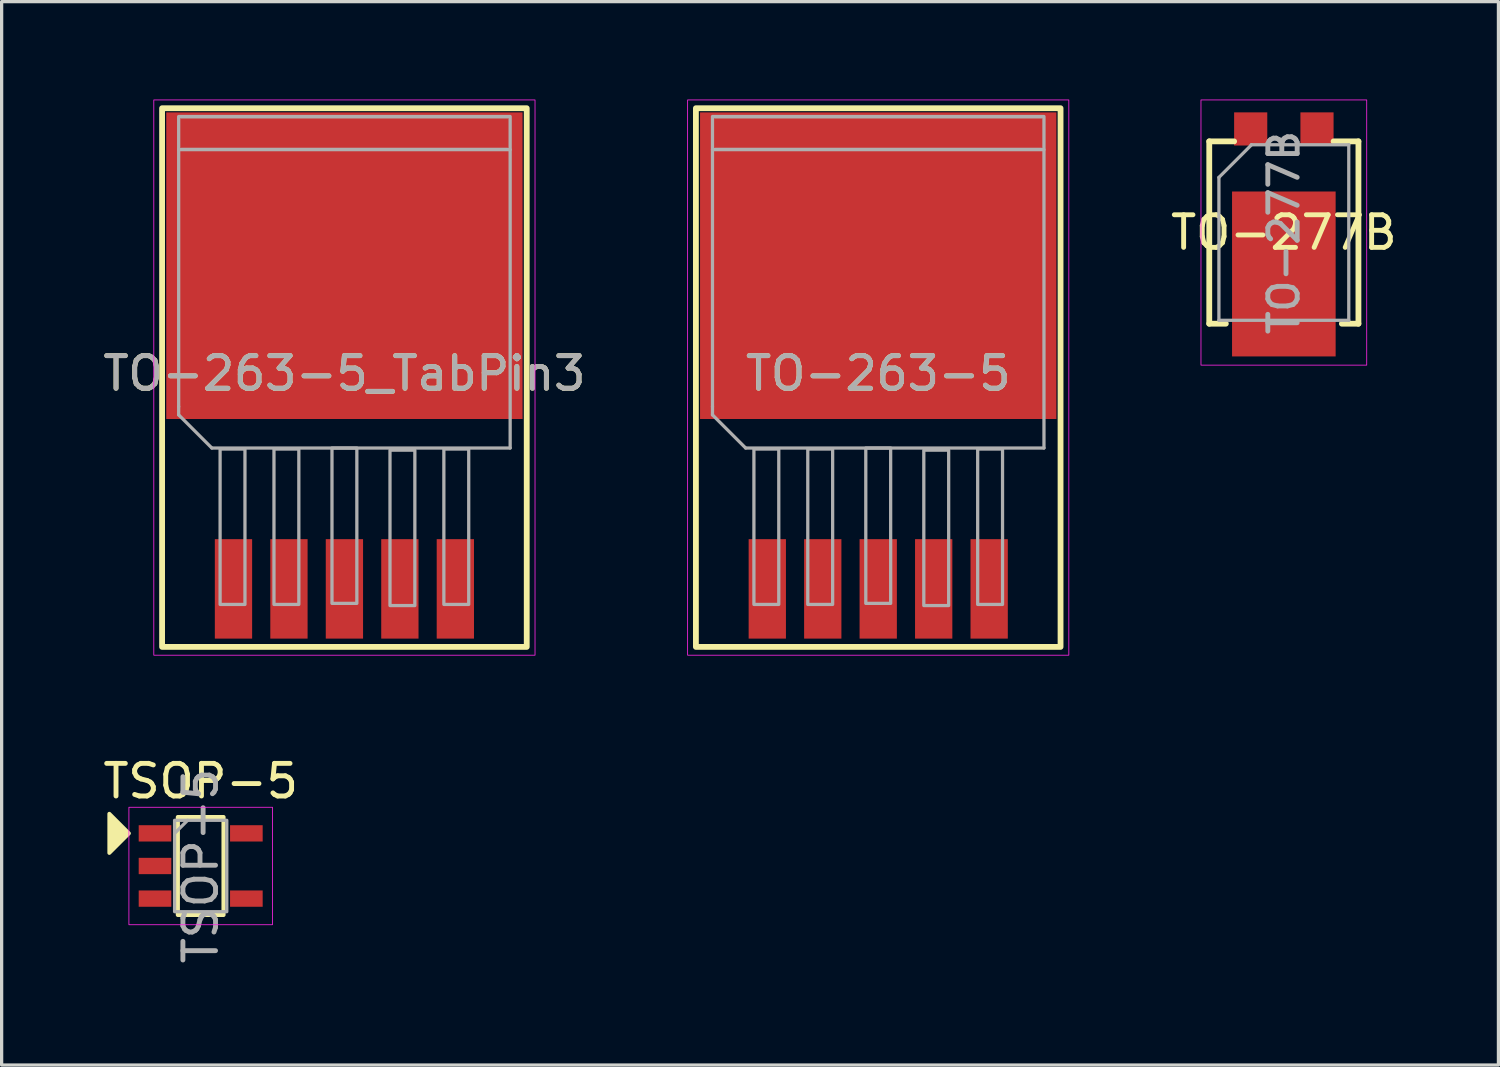
<source format=kicad_pcb>
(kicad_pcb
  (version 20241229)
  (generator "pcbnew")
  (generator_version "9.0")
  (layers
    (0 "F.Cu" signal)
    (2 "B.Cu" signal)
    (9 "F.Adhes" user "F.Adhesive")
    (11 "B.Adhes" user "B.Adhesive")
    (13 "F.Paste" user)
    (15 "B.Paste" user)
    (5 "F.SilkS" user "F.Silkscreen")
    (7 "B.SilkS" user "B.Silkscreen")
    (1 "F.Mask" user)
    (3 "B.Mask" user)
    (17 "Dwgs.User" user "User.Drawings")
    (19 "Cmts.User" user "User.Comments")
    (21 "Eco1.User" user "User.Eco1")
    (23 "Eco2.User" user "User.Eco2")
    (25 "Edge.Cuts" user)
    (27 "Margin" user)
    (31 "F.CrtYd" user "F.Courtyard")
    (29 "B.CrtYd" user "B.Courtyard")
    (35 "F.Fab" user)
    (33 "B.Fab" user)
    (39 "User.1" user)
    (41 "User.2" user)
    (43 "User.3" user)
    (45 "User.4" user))
  (footprint "TSOP-5"
    (layer "F.Cu")
    (at 3.101 23.492)
    (property "Reference" "TSOP-5" (at 0 -2.6 0) (unlocked yes) (layer "F.SilkS") (effects (font (size 1 1) (thickness 0.15))))
    (attr smd)
    (fp_rect (start -0.7 -1.5) (end 0.7 1.5) (stroke (width 0.127) (type solid)) (fill no) (layer "F.SilkS"))
    (fp_poly (pts (xy -2.2 -1) (xy -2.8 -0.4) (xy -2.8 -1.6)) (stroke (width 0.12) (type solid)) (fill yes) (layer "F.SilkS"))
    (fp_rect (start -2.2 -1.8) (end 2.2 1.8) (stroke (width 0.025) (type solid)) (fill no) (layer "F.CrtYd"))
    (fp_line (start -0.8 -1) (end -0.4 -1.4) (stroke (width 0.1) (type solid)) (layer "F.Fab"))
    (fp_rect (start -0.8 -1.4) (end 0.8 1.4) (stroke (width 0.1) (type solid)) (fill no) (layer "F.Fab"))
    (fp_text user "${REFERENCE}" (at 0 0 90) (unlocked yes) (layer "F.Fab") (effects (font (size 1 1) (thickness 0.15))))
    (pad "1" smd rect (at -1.4 -1) (size 1 0.5) (layers "F.Cu" "F.Mask" "F.Paste"))
    (pad "2" smd rect (at -1.4 0) (size 1 0.5) (layers "F.Cu" "F.Mask" "F.Paste"))
    (pad "3" smd rect (at -1.4 1) (size 1 0.5) (layers "F.Cu" "F.Mask" "F.Paste"))
    (pad "4" smd rect (at 1.4 1) (size 1 0.5) (layers "F.Cu" "F.Mask" "F.Paste"))
    (pad "5" smd rect (at 1.4 -1) (size 1 0.5) (layers "F.Cu" "F.Mask" "F.Paste")))
  (footprint "TO-263-5"
    (layer "F.Cu")
    (at 23.867 8.395)
    (property "Reference" "TO-263-5" (at 0 0 0) (layer "F.SilkS") (effects (font (size 1 1) (thickness 0.15))))
    (attr smd)
    (fp_rect (start -5.588 -8.128) (end 5.588 8.382) (stroke (width 0.178) (type solid)) (fill no) (layer "F.SilkS"))
    (fp_rect (start -5.842 8.636) (end 5.842 -8.382) (stroke (width 0.025) (type solid)) (fill no) (layer "F.CrtYd"))
    (fp_line (start -5.08 -6.858) (end -5.08 1.016) (stroke (width 0.1) (type solid)) (layer "F.Fab"))
    (fp_line (start -5.08 1.27) (end -5.08 1.016) (stroke (width 0.1) (type solid)) (layer "F.Fab"))
    (fp_line (start -5 -7.866) (end 5 -7.866) (stroke (width 0.1) (type solid)) (layer "F.Fab"))
    (fp_line (start -5 -6.866) (end 5 -6.866) (stroke (width 0.1) (type solid)) (layer "F.Fab"))
    (fp_line (start -4.064 2.286) (end -5.08 1.27) (stroke (width 0.1) (type solid)) (layer "F.Fab"))
    (fp_line (start 5.08 -6.858) (end 5.08 2.286) (stroke (width 0.1) (type solid)) (layer "F.Fab"))
    (fp_line (start 5.08 2.286) (end -4.064 2.286) (stroke (width 0.1) (type solid)) (layer "F.Fab"))
    (fp_rect (start -5.08 -7.874) (end 5.08 -6.858) (stroke (width 0.1) (type solid)) (fill no) (layer "F.Fab"))
    (fp_rect (start -3.81 2.318) (end -3.048 7.08) (stroke (width 0.1) (type solid)) (fill no) (layer "F.Fab"))
    (fp_rect (start -2.159 2.318) (end -1.397 7.08) (stroke (width 0.1) (type solid)) (fill no) (layer "F.Fab"))
    (fp_rect (start -0.381 2.286) (end 0.381 7.048) (stroke (width 0.1) (type solid)) (fill no) (layer "F.Fab"))
    (fp_rect (start 1.397 2.353) (end 2.159 7.115) (stroke (width 0.1) (type solid)) (fill no) (layer "F.Fab"))
    (fp_rect (start 3.048 2.318) (end 3.81 7.08) (stroke (width 0.1) (type solid)) (fill no) (layer "F.Fab"))
    (fp_text user "${REFERENCE}" (at 0 0 0) (layer "F.Fab") (effects (font (size 1 1) (thickness 0.15))))
    (pad "" smd rect (at -2.794 -5.715) (size 5.08 4.318) (layers "F.Paste"))
    (pad "" smd rect (at -2.794 -0.889) (size 5.08 4.318) (layers "F.Paste"))
    (pad "" smd rect (at 2.794 -5.715) (size 5.08 4.318) (layers "F.Paste"))
    (pad "" smd rect (at 2.794 -0.889) (size 5.08 4.318) (layers "F.Paste"))
    (pad "1" smd rect (at -3.4 6.604) (size 1.143 3.048) (layers "F.Cu" "F.Mask" "F.Paste"))
    (pad "2" smd rect (at -1.7 6.604) (size 1.143 3.048) (layers "F.Cu" "F.Mask" "F.Paste"))
    (pad "3" smd rect (at 0 6.604) (size 1.143 3.048) (layers "F.Cu" "F.Mask" "F.Paste"))
    (pad "4" smd rect (at 1.7 6.604) (size 1.143 3.048) (layers "F.Cu" "F.Mask" "F.Paste"))
    (pad "5" smd rect (at 3.4 6.604) (size 1.143 3.048) (layers "F.Cu" "F.Mask" "F.Paste"))
    (pad "6" smd rect (at 0 -3.302) (size 10.922 9.398) (layers "F.Cu" "F.Mask")))
  (footprint "TO-263-5_TabPin3"
    (layer "F.Cu")
    (at 7.506 8.395)
    (property "Reference" "TO-263-5_TabPin3" (at 0 0 0) (layer "F.SilkS") (effects (font (size 1 1) (thickness 0.15))))
    (attr smd)
    (fp_rect (start -5.588 -8.128) (end 5.588 8.382) (stroke (width 0.178) (type solid)) (fill no) (layer "F.SilkS"))
    (fp_rect (start -5.842 8.636) (end 5.842 -8.382) (stroke (width 0.025) (type solid)) (fill no) (layer "F.CrtYd"))
    (fp_line (start -5.08 -6.858) (end -5.08 1.016) (stroke (width 0.1) (type solid)) (layer "F.Fab"))
    (fp_line (start -5.08 1.27) (end -5.08 1.016) (stroke (width 0.1) (type solid)) (layer "F.Fab"))
    (fp_line (start -5 -7.866) (end 5 -7.866) (stroke (width 0.1) (type solid)) (layer "F.Fab"))
    (fp_line (start -5 -6.866) (end 5 -6.866) (stroke (width 0.1) (type solid)) (layer "F.Fab"))
    (fp_line (start -4.064 2.286) (end -5.08 1.27) (stroke (width 0.1) (type solid)) (layer "F.Fab"))
    (fp_line (start 5.08 -6.858) (end 5.08 2.286) (stroke (width 0.1) (type solid)) (layer "F.Fab"))
    (fp_line (start 5.08 2.286) (end -4.064 2.286) (stroke (width 0.1) (type solid)) (layer "F.Fab"))
    (fp_rect (start -5.08 -7.874) (end 5.08 -6.858) (stroke (width 0.1) (type solid)) (fill no) (layer "F.Fab"))
    (fp_rect (start -3.81 2.318) (end -3.048 7.08) (stroke (width 0.1) (type solid)) (fill no) (layer "F.Fab"))
    (fp_rect (start -2.159 2.318) (end -1.397 7.08) (stroke (width 0.1) (type solid)) (fill no) (layer "F.Fab"))
    (fp_rect (start -0.381 2.286) (end 0.381 7.048) (stroke (width 0.1) (type solid)) (fill no) (layer "F.Fab"))
    (fp_rect (start 1.397 2.353) (end 2.159 7.115) (stroke (width 0.1) (type solid)) (fill no) (layer "F.Fab"))
    (fp_rect (start 3.048 2.318) (end 3.81 7.08) (stroke (width 0.1) (type solid)) (fill no) (layer "F.Fab"))
    (fp_text user "${REFERENCE}" (at 0 0 0) (layer "F.Fab") (effects (font (size 1 1) (thickness 0.15))))
    (pad "" smd rect (at -2.794 -5.715) (size 5.08 4.318) (layers "F.Paste"))
    (pad "" smd rect (at -2.794 -0.889) (size 5.08 4.318) (layers "F.Paste"))
    (pad "" smd rect (at 2.794 -5.715) (size 5.08 4.318) (layers "F.Paste"))
    (pad "" smd rect (at 2.794 -0.889) (size 5.08 4.318) (layers "F.Paste"))
    (pad "1" smd rect (at -3.4 6.604) (size 1.143 3.048) (layers "F.Cu" "F.Mask" "F.Paste"))
    (pad "2" smd rect (at -1.7 6.604) (size 1.143 3.048) (layers "F.Cu" "F.Mask" "F.Paste"))
    (pad "3" smd rect (at 0 -3.302) (size 10.922 9.398) (layers "F.Cu" "F.Mask"))
    (pad "3" smd rect (at 0 6.604) (size 1.143 3.048) (layers "F.Cu" "F.Mask" "F.Paste"))
    (pad "4" smd rect (at 1.7 6.604) (size 1.143 3.048) (layers "F.Cu" "F.Mask" "F.Paste"))
    (pad "5" smd rect (at 3.4 6.604) (size 1.143 3.048) (layers "F.Cu" "F.Mask" "F.Paste")))
  (footprint "TO-277B"
    (layer "F.Cu")
    (at 36.299 4.077)
    (property "Reference" "TO-277B" (at 0 0 180) (layer "F.SilkS") (effects (font (size 1 1) (thickness 0.15))))
    (attr smd)
    (fp_line (start -2.286 -2.794) (end -2.286 2.794) (stroke (width 0.178) (type solid)) (layer "F.SilkS"))
    (fp_line (start -2.286 2.794) (end -1.778 2.794) (stroke (width 0.178) (type solid)) (layer "F.SilkS"))
    (fp_line (start -1.524 -2.794) (end -2.286 -2.794) (stroke (width 0.178) (type solid)) (layer "F.SilkS"))
    (fp_line (start 1.778 2.794) (end 2.286 2.794) (stroke (width 0.178) (type solid)) (layer "F.SilkS"))
    (fp_line (start 2.286 -2.794) (end 1.524 -2.794) (stroke (width 0.178) (type solid)) (layer "F.SilkS"))
    (fp_line (start 2.286 2.794) (end 2.286 -2.794) (stroke (width 0.178) (type solid)) (layer "F.SilkS"))
    (fp_rect (start -2.54 4.064) (end 2.54 -4.064) (stroke (width 0.025) (type solid)) (fill no) (layer "F.CrtYd"))
    (fp_line (start -1.99 -1.69) (end -1.99 2.69) (stroke (width 0.1) (type solid)) (layer "F.Fab"))
    (fp_line (start -1.99 -1.69) (end -0.99 -2.69) (stroke (width 0.1) (type solid)) (layer "F.Fab"))
    (fp_line (start -1.99 2.69) (end 1.99 2.69) (stroke (width 0.1) (type solid)) (layer "F.Fab"))
    (fp_line (start 1.99 -2.69) (end -1 -2.69) (stroke (width 0.1) (type solid)) (layer "F.Fab"))
    (fp_line (start 1.99 2.69) (end 1.99 -2.69) (stroke (width 0.1) (type solid)) (layer "F.Fab"))
    (fp_text user "${REFERENCE}" (at 0 0 90) (layer "F.Fab") (effects (font (size 0.9 0.9) (thickness 0.15))))
    (pad "" smd rect (at -0.9 -0.6) (size 1.3 1.2) (layers "F.Paste"))
    (pad "" smd rect (at -0.9 1.2) (size 1.3 1.2) (layers "F.Paste"))
    (pad "" smd rect (at -0.9 3) (size 1.3 1.2) (layers "F.Paste"))
    (pad "" smd rect (at 0.9 -0.6) (size 1.3 1.2) (layers "F.Paste"))
    (pad "" smd rect (at 0.9 1.2) (size 1.3 1.2) (layers "F.Paste"))
    (pad "" smd rect (at 0.9 3) (size 1.3 1.2) (layers "F.Paste"))
    (pad "1" smd rect (at -1.016 -3.175) (size 1.016 1.016) (layers "F.Cu" "F.Mask" "F.Paste"))
    (pad "2" smd rect (at 1.016 -3.175) (size 1.016 1.016) (layers "F.Cu" "F.Mask" "F.Paste"))
    (pad "3" smd rect (at 0 1.27) (size 3.175 5.055) (layers "F.Cu" "F.Mask")))
  (gr_rect
    (start -3 -3)
    (end 42.876 29.593)
    (stroke (width 0.1) (type default))
    (fill no)
    (layer "Edge.Cuts")))
</source>
